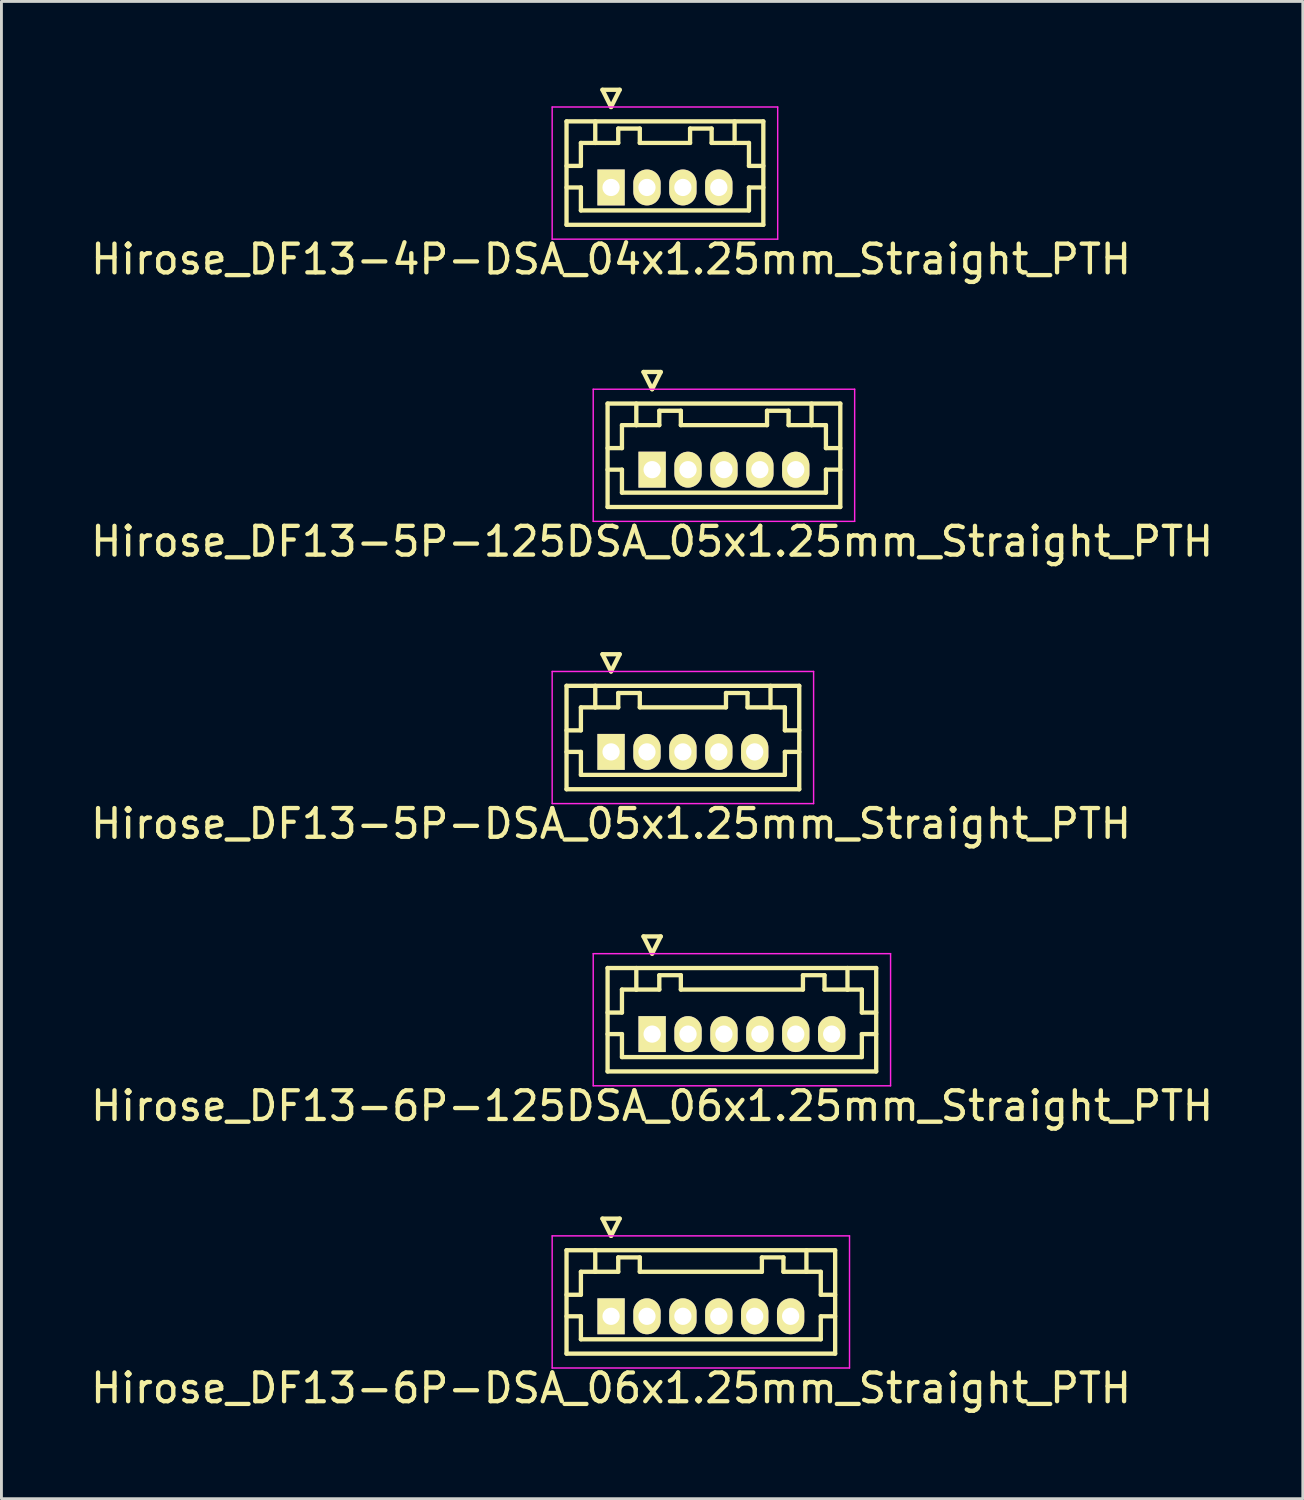
<source format=kicad_pcb>
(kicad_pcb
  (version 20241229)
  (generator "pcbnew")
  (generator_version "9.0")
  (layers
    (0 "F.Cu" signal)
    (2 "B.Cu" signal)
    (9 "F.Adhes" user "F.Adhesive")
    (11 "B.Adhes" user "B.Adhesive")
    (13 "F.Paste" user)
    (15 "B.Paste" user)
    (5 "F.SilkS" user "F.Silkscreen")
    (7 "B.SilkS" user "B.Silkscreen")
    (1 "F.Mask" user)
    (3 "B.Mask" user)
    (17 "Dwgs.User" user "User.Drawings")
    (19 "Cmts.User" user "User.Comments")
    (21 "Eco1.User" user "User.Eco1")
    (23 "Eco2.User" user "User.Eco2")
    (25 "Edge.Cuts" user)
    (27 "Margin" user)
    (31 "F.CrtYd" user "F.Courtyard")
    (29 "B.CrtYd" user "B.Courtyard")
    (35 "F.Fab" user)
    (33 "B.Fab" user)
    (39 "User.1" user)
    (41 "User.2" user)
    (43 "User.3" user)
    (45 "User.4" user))
  (footprint "Hirose_DF13-5P-125DSA_05x1.25mm_Straight_PTH"
    (layer "F.Cu")
    (at 19.649 13.298)
    (property "Reference" "Hirose_DF13-5P-125DSA_05x1.25mm_Straight_PTH" (at 0 2.5 0) (layer "F.SilkS") (effects (font (size 1 1) (thickness 0.15))))
    (attr through_hole)
    (fp_line (start -1.55 -2.3) (end -1.55 1.3) (stroke (width 0.15) (type solid)) (layer "F.SilkS"))
    (fp_line (start -1.55 -0.75) (end -1.05 -0.75) (stroke (width 0.15) (type solid)) (layer "F.SilkS"))
    (fp_line (start -1.55 0) (end -1.05 0) (stroke (width 0.15) (type solid)) (layer "F.SilkS"))
    (fp_line (start -1.55 1.3) (end 6.55 1.3) (stroke (width 0.15) (type solid)) (layer "F.SilkS"))
    (fp_line (start -1.05 -1.55) (end -0.55 -1.55) (stroke (width 0.15) (type solid)) (layer "F.SilkS"))
    (fp_line (start -1.05 -0.75) (end -1.05 -1.55) (stroke (width 0.15) (type solid)) (layer "F.SilkS"))
    (fp_line (start -1.05 0) (end -1.05 0.8) (stroke (width 0.15) (type solid)) (layer "F.SilkS"))
    (fp_line (start -1.05 0.8) (end 6.05 0.8) (stroke (width 0.15) (type solid)) (layer "F.SilkS"))
    (fp_line (start -0.55 -1.55) (end -0.55 -2.3) (stroke (width 0.15) (type solid)) (layer "F.SilkS"))
    (fp_line (start -0.55 -1.55) (end 0.25 -1.55) (stroke (width 0.15) (type solid)) (layer "F.SilkS"))
    (fp_line (start -0.3 -3.4) (end 0.3 -3.4) (stroke (width 0.15) (type solid)) (layer "F.SilkS"))
    (fp_line (start 0 -2.8) (end -0.3 -3.4) (stroke (width 0.15) (type solid)) (layer "F.SilkS"))
    (fp_line (start 0.25 -2.05) (end 1 -2.05) (stroke (width 0.15) (type solid)) (layer "F.SilkS"))
    (fp_line (start 0.25 -1.55) (end 0.25 -2.05) (stroke (width 0.15) (type solid)) (layer "F.SilkS"))
    (fp_line (start 0.3 -3.4) (end 0 -2.8) (stroke (width 0.15) (type solid)) (layer "F.SilkS"))
    (fp_line (start 1 -2.05) (end 1 -1.55) (stroke (width 0.15) (type solid)) (layer "F.SilkS"))
    (fp_line (start 1 -1.55) (end 4 -1.55) (stroke (width 0.15) (type solid)) (layer "F.SilkS"))
    (fp_line (start 4 -2.05) (end 4.75 -2.05) (stroke (width 0.15) (type solid)) (layer "F.SilkS"))
    (fp_line (start 4 -1.55) (end 4 -2.05) (stroke (width 0.15) (type solid)) (layer "F.SilkS"))
    (fp_line (start 4.75 -2.05) (end 4.75 -1.55) (stroke (width 0.15) (type solid)) (layer "F.SilkS"))
    (fp_line (start 4.75 -1.55) (end 5.55 -1.55) (stroke (width 0.15) (type solid)) (layer "F.SilkS"))
    (fp_line (start 5.55 -1.55) (end 5.55 -2.3) (stroke (width 0.15) (type solid)) (layer "F.SilkS"))
    (fp_line (start 6.05 -1.55) (end 5.55 -1.55) (stroke (width 0.15) (type solid)) (layer "F.SilkS"))
    (fp_line (start 6.05 -0.75) (end 6.05 -1.55) (stroke (width 0.15) (type solid)) (layer "F.SilkS"))
    (fp_line (start 6.05 0) (end 6.55 0) (stroke (width 0.15) (type solid)) (layer "F.SilkS"))
    (fp_line (start 6.05 0.8) (end 6.05 0) (stroke (width 0.15) (type solid)) (layer "F.SilkS"))
    (fp_line (start 6.55 -2.3) (end -1.55 -2.3) (stroke (width 0.15) (type solid)) (layer "F.SilkS"))
    (fp_line (start 6.55 -0.75) (end 6.05 -0.75) (stroke (width 0.15) (type solid)) (layer "F.SilkS"))
    (fp_line (start 6.55 1.3) (end 6.55 -2.3) (stroke (width 0.15) (type solid)) (layer "F.SilkS"))
    (fp_line (start -2.05 -2.8) (end -2.05 1.8) (stroke (width 0.05) (type solid)) (layer "F.CrtYd"))
    (fp_line (start -2.05 1.8) (end 7.05 1.8) (stroke (width 0.05) (type solid)) (layer "F.CrtYd"))
    (fp_line (start 7.05 -2.8) (end -2.05 -2.8) (stroke (width 0.05) (type solid)) (layer "F.CrtYd"))
    (fp_line (start 7.05 1.8) (end 7.05 -2.8) (stroke (width 0.05) (type solid)) (layer "F.CrtYd"))
    (pad "1" thru_hole rect (at 0 0) (size 0.95 1.25) (drill 0.6) (layers "*.Cu" "*.Mask" "F.SilkS"))
    (pad "2" thru_hole oval (at 1.25 0) (size 0.95 1.25) (drill 0.6) (layers "*.Cu" "*.Mask" "F.SilkS"))
    (pad "3" thru_hole oval (at 2.5 0) (size 0.95 1.25) (drill 0.6) (layers "*.Cu" "*.Mask" "F.SilkS"))
    (pad "4" thru_hole oval (at 3.75 0) (size 0.95 1.25) (drill 0.6) (layers "*.Cu" "*.Mask" "F.SilkS"))
    (pad "5" thru_hole oval (at 5 0) (size 0.95 1.25) (drill 0.6) (layers "*.Cu" "*.Mask" "F.SilkS")))
  (footprint "Hirose_DF13-4P-DSA_04x1.25mm_Straight_PTH"
    (layer "F.Cu")
    (at 18.22 3.475)
    (property "Reference" "Hirose_DF13-4P-DSA_04x1.25mm_Straight_PTH" (at 0 2.5 0) (layer "F.SilkS") (effects (font (size 1 1) (thickness 0.15))))
    (attr through_hole)
    (fp_line (start -1.55 -2.3) (end -1.55 1.3) (stroke (width 0.15) (type solid)) (layer "F.SilkS"))
    (fp_line (start -1.55 -0.75) (end -1.05 -0.75) (stroke (width 0.15) (type solid)) (layer "F.SilkS"))
    (fp_line (start -1.55 0) (end -1.05 0) (stroke (width 0.15) (type solid)) (layer "F.SilkS"))
    (fp_line (start -1.55 1.3) (end 5.3 1.3) (stroke (width 0.15) (type solid)) (layer "F.SilkS"))
    (fp_line (start -1.05 -1.55) (end -0.55 -1.55) (stroke (width 0.15) (type solid)) (layer "F.SilkS"))
    (fp_line (start -1.05 -0.75) (end -1.05 -1.55) (stroke (width 0.15) (type solid)) (layer "F.SilkS"))
    (fp_line (start -1.05 0) (end -1.05 0.8) (stroke (width 0.15) (type solid)) (layer "F.SilkS"))
    (fp_line (start -1.05 0.8) (end 4.8 0.8) (stroke (width 0.15) (type solid)) (layer "F.SilkS"))
    (fp_line (start -0.55 -1.55) (end -0.55 -2.3) (stroke (width 0.15) (type solid)) (layer "F.SilkS"))
    (fp_line (start -0.55 -1.55) (end 0.25 -1.55) (stroke (width 0.15) (type solid)) (layer "F.SilkS"))
    (fp_line (start -0.3 -3.4) (end 0.3 -3.4) (stroke (width 0.15) (type solid)) (layer "F.SilkS"))
    (fp_line (start 0 -2.8) (end -0.3 -3.4) (stroke (width 0.15) (type solid)) (layer "F.SilkS"))
    (fp_line (start 0.25 -2.05) (end 1 -2.05) (stroke (width 0.15) (type solid)) (layer "F.SilkS"))
    (fp_line (start 0.25 -1.55) (end 0.25 -2.05) (stroke (width 0.15) (type solid)) (layer "F.SilkS"))
    (fp_line (start 0.3 -3.4) (end 0 -2.8) (stroke (width 0.15) (type solid)) (layer "F.SilkS"))
    (fp_line (start 1 -2.05) (end 1 -1.55) (stroke (width 0.15) (type solid)) (layer "F.SilkS"))
    (fp_line (start 1 -1.55) (end 2.75 -1.55) (stroke (width 0.15) (type solid)) (layer "F.SilkS"))
    (fp_line (start 2.75 -2.05) (end 3.5 -2.05) (stroke (width 0.15) (type solid)) (layer "F.SilkS"))
    (fp_line (start 2.75 -1.55) (end 2.75 -2.05) (stroke (width 0.15) (type solid)) (layer "F.SilkS"))
    (fp_line (start 3.5 -2.05) (end 3.5 -1.55) (stroke (width 0.15) (type solid)) (layer "F.SilkS"))
    (fp_line (start 3.5 -1.55) (end 4.3 -1.55) (stroke (width 0.15) (type solid)) (layer "F.SilkS"))
    (fp_line (start 4.3 -1.55) (end 4.3 -2.3) (stroke (width 0.15) (type solid)) (layer "F.SilkS"))
    (fp_line (start 4.8 -1.55) (end 4.3 -1.55) (stroke (width 0.15) (type solid)) (layer "F.SilkS"))
    (fp_line (start 4.8 -0.75) (end 4.8 -1.55) (stroke (width 0.15) (type solid)) (layer "F.SilkS"))
    (fp_line (start 4.8 0) (end 5.3 0) (stroke (width 0.15) (type solid)) (layer "F.SilkS"))
    (fp_line (start 4.8 0.8) (end 4.8 0) (stroke (width 0.15) (type solid)) (layer "F.SilkS"))
    (fp_line (start 5.3 -2.3) (end -1.55 -2.3) (stroke (width 0.15) (type solid)) (layer "F.SilkS"))
    (fp_line (start 5.3 -0.75) (end 4.8 -0.75) (stroke (width 0.15) (type solid)) (layer "F.SilkS"))
    (fp_line (start 5.3 1.3) (end 5.3 -2.3) (stroke (width 0.15) (type solid)) (layer "F.SilkS"))
    (fp_line (start -2.05 -2.8) (end -2.05 1.8) (stroke (width 0.05) (type solid)) (layer "F.CrtYd"))
    (fp_line (start -2.05 1.8) (end 5.8 1.8) (stroke (width 0.05) (type solid)) (layer "F.CrtYd"))
    (fp_line (start 5.8 -2.8) (end -2.05 -2.8) (stroke (width 0.05) (type solid)) (layer "F.CrtYd"))
    (fp_line (start 5.8 1.8) (end 5.8 -2.8) (stroke (width 0.05) (type solid)) (layer "F.CrtYd"))
    (pad "1" thru_hole rect (at 0 0) (size 0.95 1.25) (drill 0.6) (layers "*.Cu" "*.Mask" "F.SilkS"))
    (pad "2" thru_hole oval (at 1.25 0) (size 0.95 1.25) (drill 0.6) (layers "*.Cu" "*.Mask" "F.SilkS"))
    (pad "3" thru_hole oval (at 2.5 0) (size 0.95 1.25) (drill 0.6) (layers "*.Cu" "*.Mask" "F.SilkS"))
    (pad "4" thru_hole oval (at 3.75 0) (size 0.95 1.25) (drill 0.6) (layers "*.Cu" "*.Mask" "F.SilkS")))
  (footprint "Hirose_DF13-6P-125DSA_06x1.25mm_Straight_PTH"
    (layer "F.Cu")
    (at 19.649 32.945)
    (property "Reference" "Hirose_DF13-6P-125DSA_06x1.25mm_Straight_PTH" (at 0 2.5 0) (layer "F.SilkS") (effects (font (size 1 1) (thickness 0.15))))
    (attr through_hole)
    (fp_line (start -1.55 -2.3) (end -1.55 1.3) (stroke (width 0.15) (type solid)) (layer "F.SilkS"))
    (fp_line (start -1.55 -0.75) (end -1.05 -0.75) (stroke (width 0.15) (type solid)) (layer "F.SilkS"))
    (fp_line (start -1.55 0) (end -1.05 0) (stroke (width 0.15) (type solid)) (layer "F.SilkS"))
    (fp_line (start -1.55 1.3) (end 7.8 1.3) (stroke (width 0.15) (type solid)) (layer "F.SilkS"))
    (fp_line (start -1.05 -1.55) (end -0.55 -1.55) (stroke (width 0.15) (type solid)) (layer "F.SilkS"))
    (fp_line (start -1.05 -0.75) (end -1.05 -1.55) (stroke (width 0.15) (type solid)) (layer "F.SilkS"))
    (fp_line (start -1.05 0) (end -1.05 0.8) (stroke (width 0.15) (type solid)) (layer "F.SilkS"))
    (fp_line (start -1.05 0.8) (end 7.3 0.8) (stroke (width 0.15) (type solid)) (layer "F.SilkS"))
    (fp_line (start -0.55 -1.55) (end -0.55 -2.3) (stroke (width 0.15) (type solid)) (layer "F.SilkS"))
    (fp_line (start -0.55 -1.55) (end 0.25 -1.55) (stroke (width 0.15) (type solid)) (layer "F.SilkS"))
    (fp_line (start -0.3 -3.4) (end 0.3 -3.4) (stroke (width 0.15) (type solid)) (layer "F.SilkS"))
    (fp_line (start 0 -2.8) (end -0.3 -3.4) (stroke (width 0.15) (type solid)) (layer "F.SilkS"))
    (fp_line (start 0.25 -2.05) (end 1 -2.05) (stroke (width 0.15) (type solid)) (layer "F.SilkS"))
    (fp_line (start 0.25 -1.55) (end 0.25 -2.05) (stroke (width 0.15) (type solid)) (layer "F.SilkS"))
    (fp_line (start 0.3 -3.4) (end 0 -2.8) (stroke (width 0.15) (type solid)) (layer "F.SilkS"))
    (fp_line (start 1 -2.05) (end 1 -1.55) (stroke (width 0.15) (type solid)) (layer "F.SilkS"))
    (fp_line (start 1 -1.55) (end 5.25 -1.55) (stroke (width 0.15) (type solid)) (layer "F.SilkS"))
    (fp_line (start 5.25 -2.05) (end 6 -2.05) (stroke (width 0.15) (type solid)) (layer "F.SilkS"))
    (fp_line (start 5.25 -1.55) (end 5.25 -2.05) (stroke (width 0.15) (type solid)) (layer "F.SilkS"))
    (fp_line (start 6 -2.05) (end 6 -1.55) (stroke (width 0.15) (type solid)) (layer "F.SilkS"))
    (fp_line (start 6 -1.55) (end 6.8 -1.55) (stroke (width 0.15) (type solid)) (layer "F.SilkS"))
    (fp_line (start 6.8 -1.55) (end 6.8 -2.3) (stroke (width 0.15) (type solid)) (layer "F.SilkS"))
    (fp_line (start 7.3 -1.55) (end 6.8 -1.55) (stroke (width 0.15) (type solid)) (layer "F.SilkS"))
    (fp_line (start 7.3 -0.75) (end 7.3 -1.55) (stroke (width 0.15) (type solid)) (layer "F.SilkS"))
    (fp_line (start 7.3 0) (end 7.8 0) (stroke (width 0.15) (type solid)) (layer "F.SilkS"))
    (fp_line (start 7.3 0.8) (end 7.3 0) (stroke (width 0.15) (type solid)) (layer "F.SilkS"))
    (fp_line (start 7.8 -2.3) (end -1.55 -2.3) (stroke (width 0.15) (type solid)) (layer "F.SilkS"))
    (fp_line (start 7.8 -0.75) (end 7.3 -0.75) (stroke (width 0.15) (type solid)) (layer "F.SilkS"))
    (fp_line (start 7.8 1.3) (end 7.8 -2.3) (stroke (width 0.15) (type solid)) (layer "F.SilkS"))
    (fp_line (start -2.05 -2.8) (end -2.05 1.8) (stroke (width 0.05) (type solid)) (layer "F.CrtYd"))
    (fp_line (start -2.05 1.8) (end 8.3 1.8) (stroke (width 0.05) (type solid)) (layer "F.CrtYd"))
    (fp_line (start 8.3 -2.8) (end -2.05 -2.8) (stroke (width 0.05) (type solid)) (layer "F.CrtYd"))
    (fp_line (start 8.3 1.8) (end 8.3 -2.8) (stroke (width 0.05) (type solid)) (layer "F.CrtYd"))
    (pad "1" thru_hole rect (at 0 0) (size 0.95 1.25) (drill 0.6) (layers "*.Cu" "*.Mask" "F.SilkS"))
    (pad "2" thru_hole oval (at 1.25 0) (size 0.95 1.25) (drill 0.6) (layers "*.Cu" "*.Mask" "F.SilkS"))
    (pad "3" thru_hole oval (at 2.5 0) (size 0.95 1.25) (drill 0.6) (layers "*.Cu" "*.Mask" "F.SilkS"))
    (pad "4" thru_hole oval (at 3.75 0) (size 0.95 1.25) (drill 0.6) (layers "*.Cu" "*.Mask" "F.SilkS"))
    (pad "5" thru_hole oval (at 5 0) (size 0.95 1.25) (drill 0.6) (layers "*.Cu" "*.Mask" "F.SilkS"))
    (pad "6" thru_hole oval (at 6.25 0) (size 0.95 1.25) (drill 0.6) (layers "*.Cu" "*.Mask" "F.SilkS")))
  (footprint "Hirose_DF13-5P-DSA_05x1.25mm_Straight_PTH"
    (layer "F.Cu")
    (at 18.22 23.122)
    (property "Reference" "Hirose_DF13-5P-DSA_05x1.25mm_Straight_PTH" (at 0 2.5 0) (layer "F.SilkS") (effects (font (size 1 1) (thickness 0.15))))
    (attr through_hole)
    (fp_line (start -1.55 -2.3) (end -1.55 1.3) (stroke (width 0.15) (type solid)) (layer "F.SilkS"))
    (fp_line (start -1.55 -0.75) (end -1.05 -0.75) (stroke (width 0.15) (type solid)) (layer "F.SilkS"))
    (fp_line (start -1.55 0) (end -1.05 0) (stroke (width 0.15) (type solid)) (layer "F.SilkS"))
    (fp_line (start -1.55 1.3) (end 6.55 1.3) (stroke (width 0.15) (type solid)) (layer "F.SilkS"))
    (fp_line (start -1.05 -1.55) (end -0.55 -1.55) (stroke (width 0.15) (type solid)) (layer "F.SilkS"))
    (fp_line (start -1.05 -0.75) (end -1.05 -1.55) (stroke (width 0.15) (type solid)) (layer "F.SilkS"))
    (fp_line (start -1.05 0) (end -1.05 0.8) (stroke (width 0.15) (type solid)) (layer "F.SilkS"))
    (fp_line (start -1.05 0.8) (end 6.05 0.8) (stroke (width 0.15) (type solid)) (layer "F.SilkS"))
    (fp_line (start -0.55 -1.55) (end -0.55 -2.3) (stroke (width 0.15) (type solid)) (layer "F.SilkS"))
    (fp_line (start -0.55 -1.55) (end 0.25 -1.55) (stroke (width 0.15) (type solid)) (layer "F.SilkS"))
    (fp_line (start -0.3 -3.4) (end 0.3 -3.4) (stroke (width 0.15) (type solid)) (layer "F.SilkS"))
    (fp_line (start 0 -2.8) (end -0.3 -3.4) (stroke (width 0.15) (type solid)) (layer "F.SilkS"))
    (fp_line (start 0.25 -2.05) (end 1 -2.05) (stroke (width 0.15) (type solid)) (layer "F.SilkS"))
    (fp_line (start 0.25 -1.55) (end 0.25 -2.05) (stroke (width 0.15) (type solid)) (layer "F.SilkS"))
    (fp_line (start 0.3 -3.4) (end 0 -2.8) (stroke (width 0.15) (type solid)) (layer "F.SilkS"))
    (fp_line (start 1 -2.05) (end 1 -1.55) (stroke (width 0.15) (type solid)) (layer "F.SilkS"))
    (fp_line (start 1 -1.55) (end 4 -1.55) (stroke (width 0.15) (type solid)) (layer "F.SilkS"))
    (fp_line (start 4 -2.05) (end 4.75 -2.05) (stroke (width 0.15) (type solid)) (layer "F.SilkS"))
    (fp_line (start 4 -1.55) (end 4 -2.05) (stroke (width 0.15) (type solid)) (layer "F.SilkS"))
    (fp_line (start 4.75 -2.05) (end 4.75 -1.55) (stroke (width 0.15) (type solid)) (layer "F.SilkS"))
    (fp_line (start 4.75 -1.55) (end 5.55 -1.55) (stroke (width 0.15) (type solid)) (layer "F.SilkS"))
    (fp_line (start 5.55 -1.55) (end 5.55 -2.3) (stroke (width 0.15) (type solid)) (layer "F.SilkS"))
    (fp_line (start 6.05 -1.55) (end 5.55 -1.55) (stroke (width 0.15) (type solid)) (layer "F.SilkS"))
    (fp_line (start 6.05 -0.75) (end 6.05 -1.55) (stroke (width 0.15) (type solid)) (layer "F.SilkS"))
    (fp_line (start 6.05 0) (end 6.55 0) (stroke (width 0.15) (type solid)) (layer "F.SilkS"))
    (fp_line (start 6.05 0.8) (end 6.05 0) (stroke (width 0.15) (type solid)) (layer "F.SilkS"))
    (fp_line (start 6.55 -2.3) (end -1.55 -2.3) (stroke (width 0.15) (type solid)) (layer "F.SilkS"))
    (fp_line (start 6.55 -0.75) (end 6.05 -0.75) (stroke (width 0.15) (type solid)) (layer "F.SilkS"))
    (fp_line (start 6.55 1.3) (end 6.55 -2.3) (stroke (width 0.15) (type solid)) (layer "F.SilkS"))
    (fp_line (start -2.05 -2.8) (end -2.05 1.8) (stroke (width 0.05) (type solid)) (layer "F.CrtYd"))
    (fp_line (start -2.05 1.8) (end 7.05 1.8) (stroke (width 0.05) (type solid)) (layer "F.CrtYd"))
    (fp_line (start 7.05 -2.8) (end -2.05 -2.8) (stroke (width 0.05) (type solid)) (layer "F.CrtYd"))
    (fp_line (start 7.05 1.8) (end 7.05 -2.8) (stroke (width 0.05) (type solid)) (layer "F.CrtYd"))
    (pad "1" thru_hole rect (at 0 0) (size 0.95 1.25) (drill 0.6) (layers "*.Cu" "*.Mask" "F.SilkS"))
    (pad "2" thru_hole oval (at 1.25 0) (size 0.95 1.25) (drill 0.6) (layers "*.Cu" "*.Mask" "F.SilkS"))
    (pad "3" thru_hole oval (at 2.5 0) (size 0.95 1.25) (drill 0.6) (layers "*.Cu" "*.Mask" "F.SilkS"))
    (pad "4" thru_hole oval (at 3.75 0) (size 0.95 1.25) (drill 0.6) (layers "*.Cu" "*.Mask" "F.SilkS"))
    (pad "5" thru_hole oval (at 5 0) (size 0.95 1.25) (drill 0.6) (layers "*.Cu" "*.Mask" "F.SilkS")))
  (footprint "Hirose_DF13-6P-DSA_06x1.25mm_Straight_PTH"
    (layer "F.Cu")
    (at 18.22 42.768)
    (property "Reference" "Hirose_DF13-6P-DSA_06x1.25mm_Straight_PTH" (at 0 2.5 0) (layer "F.SilkS") (effects (font (size 1 1) (thickness 0.15))))
    (attr through_hole)
    (fp_line (start -1.55 -2.3) (end -1.55 1.3) (stroke (width 0.15) (type solid)) (layer "F.SilkS"))
    (fp_line (start -1.55 -0.75) (end -1.05 -0.75) (stroke (width 0.15) (type solid)) (layer "F.SilkS"))
    (fp_line (start -1.55 0) (end -1.05 0) (stroke (width 0.15) (type solid)) (layer "F.SilkS"))
    (fp_line (start -1.55 1.3) (end 7.8 1.3) (stroke (width 0.15) (type solid)) (layer "F.SilkS"))
    (fp_line (start -1.05 -1.55) (end -0.55 -1.55) (stroke (width 0.15) (type solid)) (layer "F.SilkS"))
    (fp_line (start -1.05 -0.75) (end -1.05 -1.55) (stroke (width 0.15) (type solid)) (layer "F.SilkS"))
    (fp_line (start -1.05 0) (end -1.05 0.8) (stroke (width 0.15) (type solid)) (layer "F.SilkS"))
    (fp_line (start -1.05 0.8) (end 7.3 0.8) (stroke (width 0.15) (type solid)) (layer "F.SilkS"))
    (fp_line (start -0.55 -1.55) (end -0.55 -2.3) (stroke (width 0.15) (type solid)) (layer "F.SilkS"))
    (fp_line (start -0.55 -1.55) (end 0.25 -1.55) (stroke (width 0.15) (type solid)) (layer "F.SilkS"))
    (fp_line (start -0.3 -3.4) (end 0.3 -3.4) (stroke (width 0.15) (type solid)) (layer "F.SilkS"))
    (fp_line (start 0 -2.8) (end -0.3 -3.4) (stroke (width 0.15) (type solid)) (layer "F.SilkS"))
    (fp_line (start 0.25 -2.05) (end 1 -2.05) (stroke (width 0.15) (type solid)) (layer "F.SilkS"))
    (fp_line (start 0.25 -1.55) (end 0.25 -2.05) (stroke (width 0.15) (type solid)) (layer "F.SilkS"))
    (fp_line (start 0.3 -3.4) (end 0 -2.8) (stroke (width 0.15) (type solid)) (layer "F.SilkS"))
    (fp_line (start 1 -2.05) (end 1 -1.55) (stroke (width 0.15) (type solid)) (layer "F.SilkS"))
    (fp_line (start 1 -1.55) (end 5.25 -1.55) (stroke (width 0.15) (type solid)) (layer "F.SilkS"))
    (fp_line (start 5.25 -2.05) (end 6 -2.05) (stroke (width 0.15) (type solid)) (layer "F.SilkS"))
    (fp_line (start 5.25 -1.55) (end 5.25 -2.05) (stroke (width 0.15) (type solid)) (layer "F.SilkS"))
    (fp_line (start 6 -2.05) (end 6 -1.55) (stroke (width 0.15) (type solid)) (layer "F.SilkS"))
    (fp_line (start 6 -1.55) (end 6.8 -1.55) (stroke (width 0.15) (type solid)) (layer "F.SilkS"))
    (fp_line (start 6.8 -1.55) (end 6.8 -2.3) (stroke (width 0.15) (type solid)) (layer "F.SilkS"))
    (fp_line (start 7.3 -1.55) (end 6.8 -1.55) (stroke (width 0.15) (type solid)) (layer "F.SilkS"))
    (fp_line (start 7.3 -0.75) (end 7.3 -1.55) (stroke (width 0.15) (type solid)) (layer "F.SilkS"))
    (fp_line (start 7.3 0) (end 7.8 0) (stroke (width 0.15) (type solid)) (layer "F.SilkS"))
    (fp_line (start 7.3 0.8) (end 7.3 0) (stroke (width 0.15) (type solid)) (layer "F.SilkS"))
    (fp_line (start 7.8 -2.3) (end -1.55 -2.3) (stroke (width 0.15) (type solid)) (layer "F.SilkS"))
    (fp_line (start 7.8 -0.75) (end 7.3 -0.75) (stroke (width 0.15) (type solid)) (layer "F.SilkS"))
    (fp_line (start 7.8 1.3) (end 7.8 -2.3) (stroke (width 0.15) (type solid)) (layer "F.SilkS"))
    (fp_line (start -2.05 -2.8) (end -2.05 1.8) (stroke (width 0.05) (type solid)) (layer "F.CrtYd"))
    (fp_line (start -2.05 1.8) (end 8.3 1.8) (stroke (width 0.05) (type solid)) (layer "F.CrtYd"))
    (fp_line (start 8.3 -2.8) (end -2.05 -2.8) (stroke (width 0.05) (type solid)) (layer "F.CrtYd"))
    (fp_line (start 8.3 1.8) (end 8.3 -2.8) (stroke (width 0.05) (type solid)) (layer "F.CrtYd"))
    (pad "1" thru_hole rect (at 0 0) (size 0.95 1.25) (drill 0.6) (layers "*.Cu" "*.Mask" "F.SilkS"))
    (pad "2" thru_hole oval (at 1.25 0) (size 0.95 1.25) (drill 0.6) (layers "*.Cu" "*.Mask" "F.SilkS"))
    (pad "3" thru_hole oval (at 2.5 0) (size 0.95 1.25) (drill 0.6) (layers "*.Cu" "*.Mask" "F.SilkS"))
    (pad "4" thru_hole oval (at 3.75 0) (size 0.95 1.25) (drill 0.6) (layers "*.Cu" "*.Mask" "F.SilkS"))
    (pad "5" thru_hole oval (at 5 0) (size 0.95 1.25) (drill 0.6) (layers "*.Cu" "*.Mask" "F.SilkS"))
    (pad "6" thru_hole oval (at 6.25 0) (size 0.95 1.25) (drill 0.6) (layers "*.Cu" "*.Mask" "F.SilkS")))
  (gr_rect
    (start -3 -3)
    (end 42.298 49.116)
    (stroke (width 0.1) (type default))
    (fill no)
    (layer "Edge.Cuts")))
</source>
